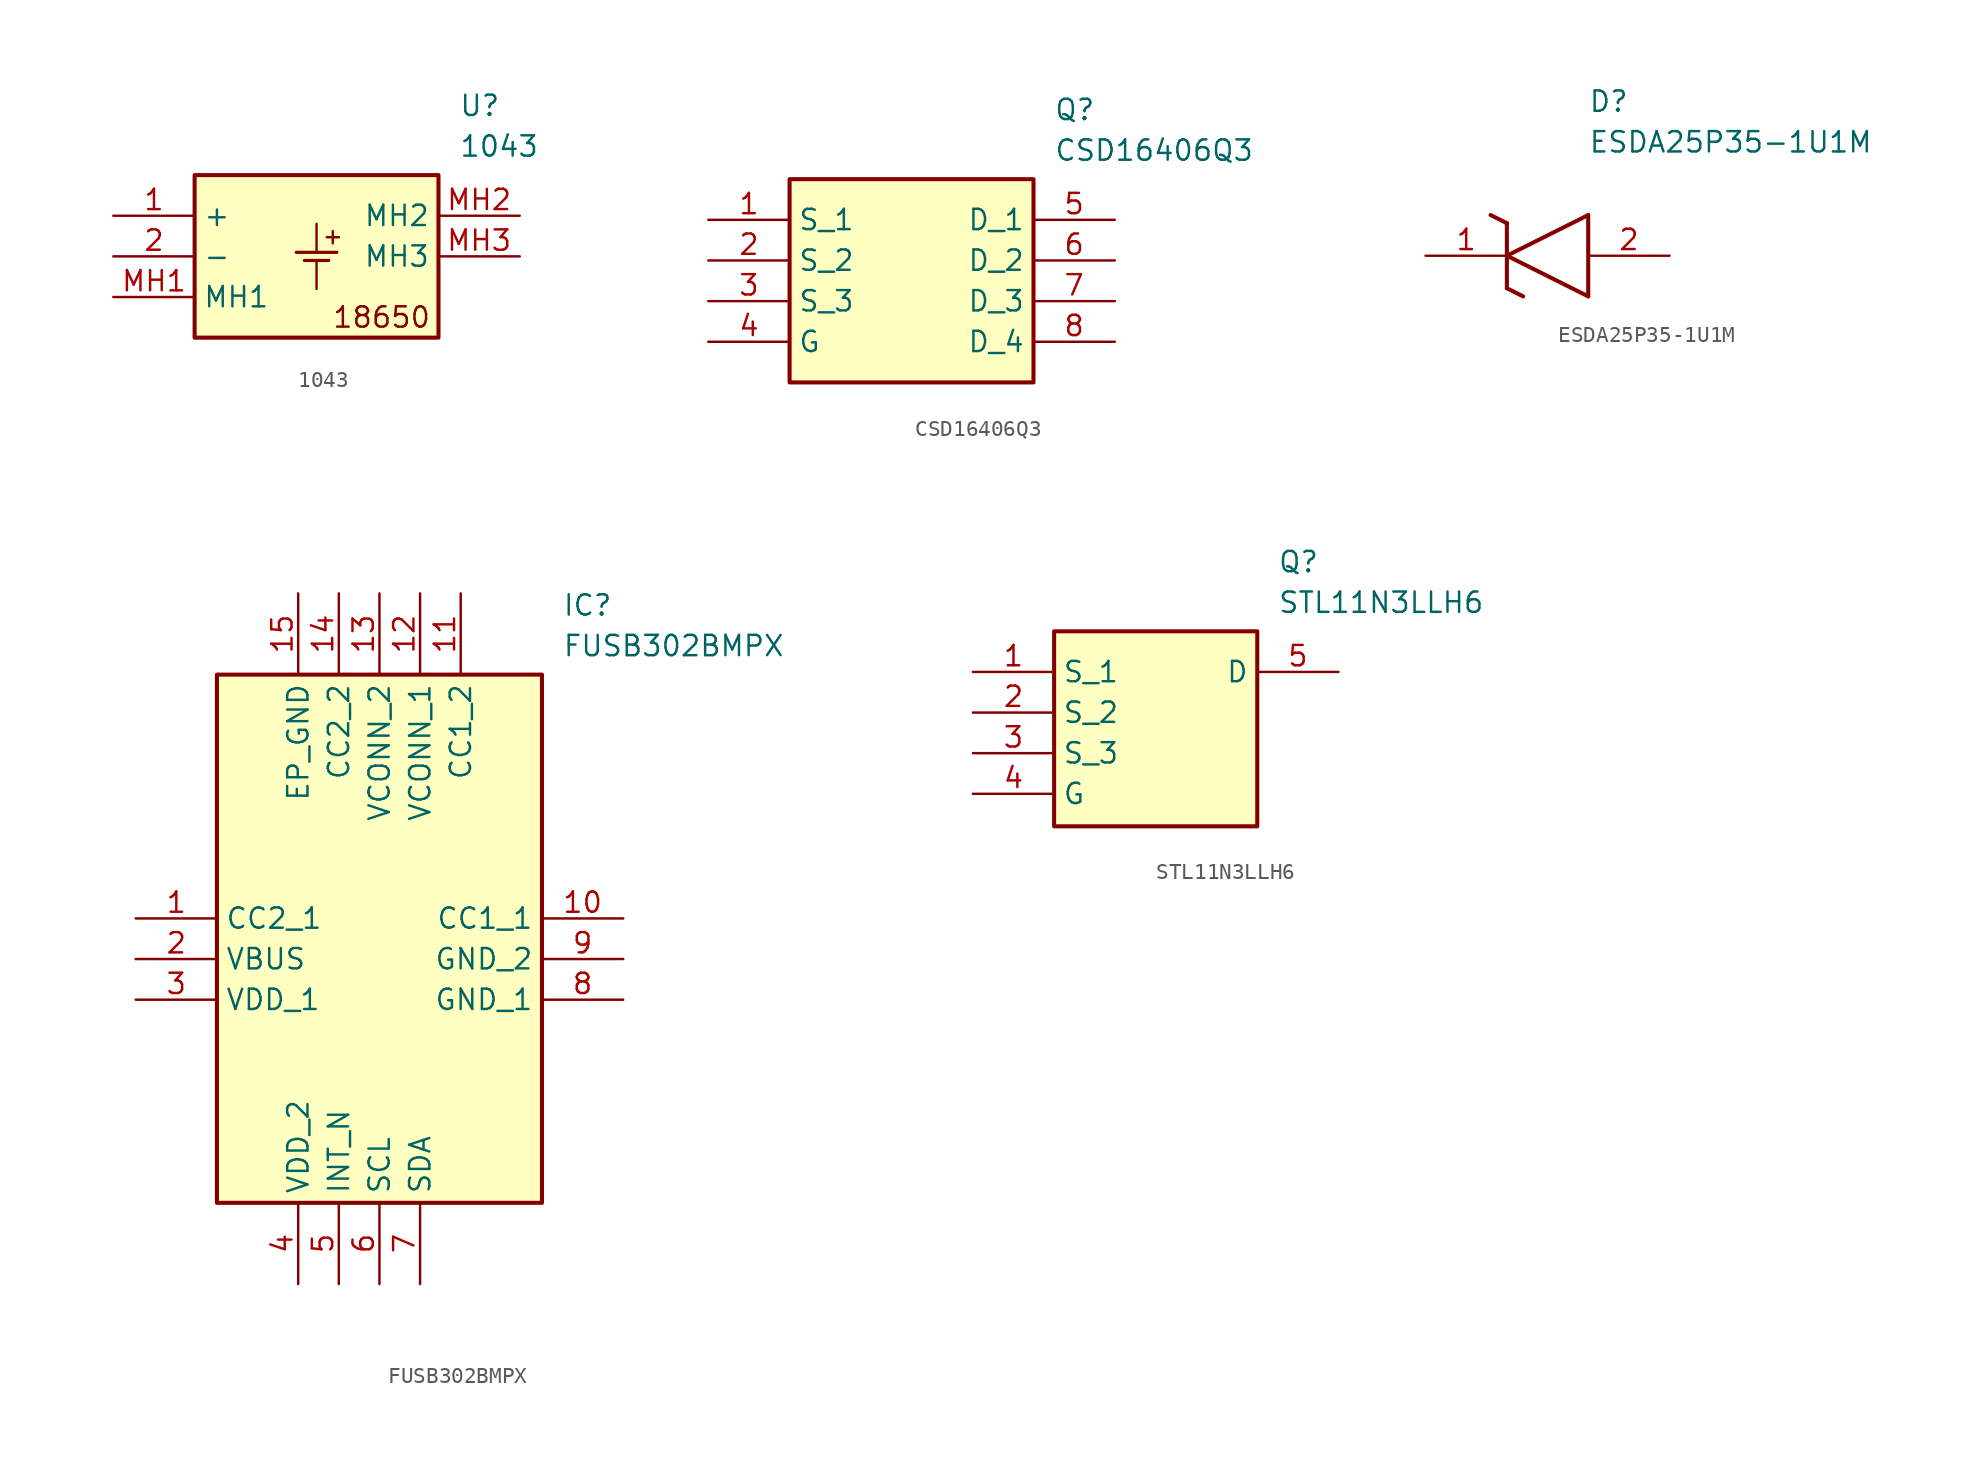
<source format=kicad_sym>
(kicad_symbol_lib
  (version 20231120)
  (generator "kicad_symbol_editor")
  (generator_version "8.0")
  (symbol "1043"
    (property "Reference" "U"
      (at 21.59 7.62 0)
      (effects (font (size 1.27 1.27)) (justify left top)))
    (property "Value" "1043"
      (at 21.59 5.08 0)
      (effects (font (size 1.27 1.27)) (justify left top)))
    (symbol "1043_0_1"
      (polyline (pts (xy 12.7 -2.794) (xy 12.7 -4.572)) (stroke (width 0) (type default)) (fill (type none)))
      (polyline (pts (xy 12.7 -0.508) (xy 12.7 -2.286)) (stroke (width 0) (type default)) (fill (type none))))
    (symbol "1043_1_1"
      (polyline (pts (xy 11.43 -2.286) (xy 13.97 -2.286)) (stroke (width 0.2) (type default)) (fill (type none)))
      (polyline (pts (xy 11.938 -2.794) (xy 13.462 -2.794)) (stroke (width 0.2) (type default)) (fill (type none)))
      (rectangle (start 5.08 2.54) (end 20.32 -7.62) (stroke (width 0.254) (type default)) (fill (type background)))
      (text "+" (at 13.716 -1.27 0) (effects (font (size 1 1))))
      (text "18650" (at 16.764 -6.35 0) (effects (font (size 1.27 1.27))))
      (pin passive line (at 0 0 0) (length 5.08) (name "+" (effects (font (size 1.27 1.27)))) (number "1" (effects (font (size 1.27 1.27)))))
      (pin passive line (at 0 -2.54 0) (length 5.08) (name "-" (effects (font (size 1.27 1.27)))) (number "2" (effects (font (size 1.27 1.27)))))
      (pin passive line (at 0 -5.08 0) (length 5.08) (name "MH1" (effects (font (size 1.27 1.27)))) (number "MH1" (effects (font (size 1.27 1.27)))))
      (pin passive line (at 25.4 0 180) (length 5.08) (name "MH2" (effects (font (size 1.27 1.27)))) (number "MH2" (effects (font (size 1.27 1.27)))))
      (pin passive line (at 25.4 -2.54 180) (length 5.08) (name "MH3" (effects (font (size 1.27 1.27)))) (number "MH3" (effects (font (size 1.27 1.27)))))))
  (symbol "CSD16406Q3"
    (property "Reference" "Q"
      (at 21.59 7.62 0)
      (effects (font (size 1.27 1.27)) (justify left top)))
    (property "Value" "CSD16406Q3"
      (at 21.59 5.08 0)
      (effects (font (size 1.27 1.27)) (justify left top)))
    (symbol "CSD16406Q3_1_1"
      (rectangle (start 5.08 2.54) (end 20.32 -10.16) (stroke (width 0.254) (type default)) (fill (type background)))
      (pin passive line (at 0 0 0) (length 5.08) (name "S_1" (effects (font (size 1.27 1.27)))) (number "1" (effects (font (size 1.27 1.27)))))
      (pin passive line (at 0 -2.54 0) (length 5.08) (name "S_2" (effects (font (size 1.27 1.27)))) (number "2" (effects (font (size 1.27 1.27)))))
      (pin passive line (at 0 -5.08 0) (length 5.08) (name "S_3" (effects (font (size 1.27 1.27)))) (number "3" (effects (font (size 1.27 1.27)))))
      (pin passive line (at 0 -7.62 0) (length 5.08) (name "G" (effects (font (size 1.27 1.27)))) (number "4" (effects (font (size 1.27 1.27)))))
      (pin passive line (at 25.4 0 180) (length 5.08) (name "D_1" (effects (font (size 1.27 1.27)))) (number "5" (effects (font (size 1.27 1.27)))))
      (pin passive line (at 25.4 -2.54 180) (length 5.08) (name "D_2" (effects (font (size 1.27 1.27)))) (number "6" (effects (font (size 1.27 1.27)))))
      (pin passive line (at 25.4 -5.08 180) (length 5.08) (name "D_3" (effects (font (size 1.27 1.27)))) (number "7" (effects (font (size 1.27 1.27)))))
      (pin passive line (at 25.4 -7.62 180) (length 5.08) (name "D_4" (effects (font (size 1.27 1.27)))) (number "8" (effects (font (size 1.27 1.27)))))))
  (symbol "ESDA25P35-1U1M"
    (pin_names hide)
    (property "Reference" "D"
      (at 10.16 8.89 0)
      (effects (font (size 1.27 1.27)) (justify left bottom)))
    (property "Value" "ESDA25P35-1U1M"
      (at 10.16 6.35 0)
      (effects (font (size 1.27 1.27)) (justify left bottom)))
    (symbol "ESDA25P35-1U1M_1_1"
      (polyline (pts (xy 4.064 2.54) (xy 5.08 2.032)) (stroke (width 0.254) (type default)) (fill (type none)))
      (polyline (pts (xy 5.08 -2.032) (xy 5.08 2.032)) (stroke (width 0.254) (type default)) (fill (type none)))
      (polyline (pts (xy 5.08 -2.032) (xy 6.096 -2.54)) (stroke (width 0.254) (type default)) (fill (type none)))
      (polyline (pts (xy 5.08 0) (xy 10.16 2.54)) (stroke (width 0.254) (type default)) (fill (type none)))
      (polyline (pts (xy 10.16 -2.54) (xy 5.08 0)) (stroke (width 0.254) (type default)) (fill (type none)))
      (polyline (pts (xy 10.16 -2.54) (xy 10.16 2.54)) (stroke (width 0.254) (type default)) (fill (type none)))
      (pin passive line (at 0 0 0) (length 5.08) (name "K" (effects (font (size 1.27 1.27)))) (number "1" (effects (font (size 1.27 1.27)))))
      (pin passive line (at 15.24 0 180) (length 5.08) (name "A" (effects (font (size 1.27 1.27)))) (number "2" (effects (font (size 1.27 1.27)))))))
  (symbol "FUSB302BMPX"
    (property "Reference" "IC"
      (at 26.67 20.32 0)
      (effects (font (size 1.27 1.27)) (justify left top)))
    (property "Value" "FUSB302BMPX"
      (at 26.67 17.78 0)
      (effects (font (size 1.27 1.27)) (justify left top)))
    (rectangle
      (start 5.08 15.24)
      (end 25.4 -17.78)
      (stroke (width 0.254) (type default))
      (fill (type background)))
    (pin passive line
      (at 0 0 0)
      (length 5.08)
      (name "CC2_1" (effects (font (size 1.27 1.27))))
      (number "1" (effects (font (size 1.27 1.27)))))
    (pin passive line
      (at 0 -2.54 0)
      (length 5.08)
      (name "VBUS" (effects (font (size 1.27 1.27))))
      (number "2" (effects (font (size 1.27 1.27)))))
    (pin passive line
      (at 0 -5.08 0)
      (length 5.08)
      (name "VDD_1" (effects (font (size 1.27 1.27))))
      (number "3" (effects (font (size 1.27 1.27)))))
    (pin passive line
      (at 10.16 -22.86 90)
      (length 5.08)
      (name "VDD_2" (effects (font (size 1.27 1.27))))
      (number "4" (effects (font (size 1.27 1.27)))))
    (pin passive line
      (at 12.7 -22.86 90)
      (length 5.08)
      (name "INT_N" (effects (font (size 1.27 1.27))))
      (number "5" (effects (font (size 1.27 1.27)))))
    (pin passive line
      (at 15.24 -22.86 90)
      (length 5.08)
      (name "SCL" (effects (font (size 1.27 1.27))))
      (number "6" (effects (font (size 1.27 1.27)))))
    (pin passive line
      (at 17.78 -22.86 90)
      (length 5.08)
      (name "SDA" (effects (font (size 1.27 1.27))))
      (number "7" (effects (font (size 1.27 1.27)))))
    (pin passive line
      (at 30.48 0 180)
      (length 5.08)
      (name "CC1_1" (effects (font (size 1.27 1.27))))
      (number "10" (effects (font (size 1.27 1.27)))))
    (pin passive line
      (at 30.48 -2.54 180)
      (length 5.08)
      (name "GND_2" (effects (font (size 1.27 1.27))))
      (number "9" (effects (font (size 1.27 1.27)))))
    (pin passive line
      (at 30.48 -5.08 180)
      (length 5.08)
      (name "GND_1" (effects (font (size 1.27 1.27))))
      (number "8" (effects (font (size 1.27 1.27)))))
    (pin passive line
      (at 10.16 20.32 270)
      (length 5.08)
      (name "EP_GND" (effects (font (size 1.27 1.27))))
      (number "15" (effects (font (size 1.27 1.27)))))
    (pin passive line
      (at 12.7 20.32 270)
      (length 5.08)
      (name "CC2_2" (effects (font (size 1.27 1.27))))
      (number "14" (effects (font (size 1.27 1.27)))))
    (pin passive line
      (at 15.24 20.32 270)
      (length 5.08)
      (name "VCONN_2" (effects (font (size 1.27 1.27))))
      (number "13" (effects (font (size 1.27 1.27)))))
    (pin passive line
      (at 17.78 20.32 270)
      (length 5.08)
      (name "VCONN_1" (effects (font (size 1.27 1.27))))
      (number "12" (effects (font (size 1.27 1.27)))))
    (pin passive line
      (at 20.32 20.32 270)
      (length 5.08)
      (name "CC1_2" (effects (font (size 1.27 1.27))))
      (number "11" (effects (font (size 1.27 1.27))))))
  (symbol "STL11N3LLH6"
    (property "Reference" "Q"
      (at 19.05 7.62 0)
      (effects (font (size 1.27 1.27)) (justify left top)))
    (property "Value" "STL11N3LLH6"
      (at 19.05 5.08 0)
      (effects (font (size 1.27 1.27)) (justify left top)))
    (symbol "STL11N3LLH6_1_1"
      (rectangle (start 5.08 2.54) (end 17.78 -9.652) (stroke (width 0.254) (type default)) (fill (type background)))
      (pin passive line (at 0 0 0) (length 5.08) (name "S_1" (effects (font (size 1.27 1.27)))) (number "1" (effects (font (size 1.27 1.27)))))
      (pin passive line (at 0 -2.54 0) (length 5.08) (name "S_2" (effects (font (size 1.27 1.27)))) (number "2" (effects (font (size 1.27 1.27)))))
      (pin passive line (at 0 -5.08 0) (length 5.08) (name "S_3" (effects (font (size 1.27 1.27)))) (number "3" (effects (font (size 1.27 1.27)))))
      (pin passive line (at 0 -7.62 0) (length 5.08) (name "G" (effects (font (size 1.27 1.27)))) (number "4" (effects (font (size 1.27 1.27)))))
      (pin passive line (at 22.86 0 180) (length 5.08) (name "D" (effects (font (size 1.27 1.27)))) (number "5" (effects (font (size 1.27 1.27))))))))
</source>
